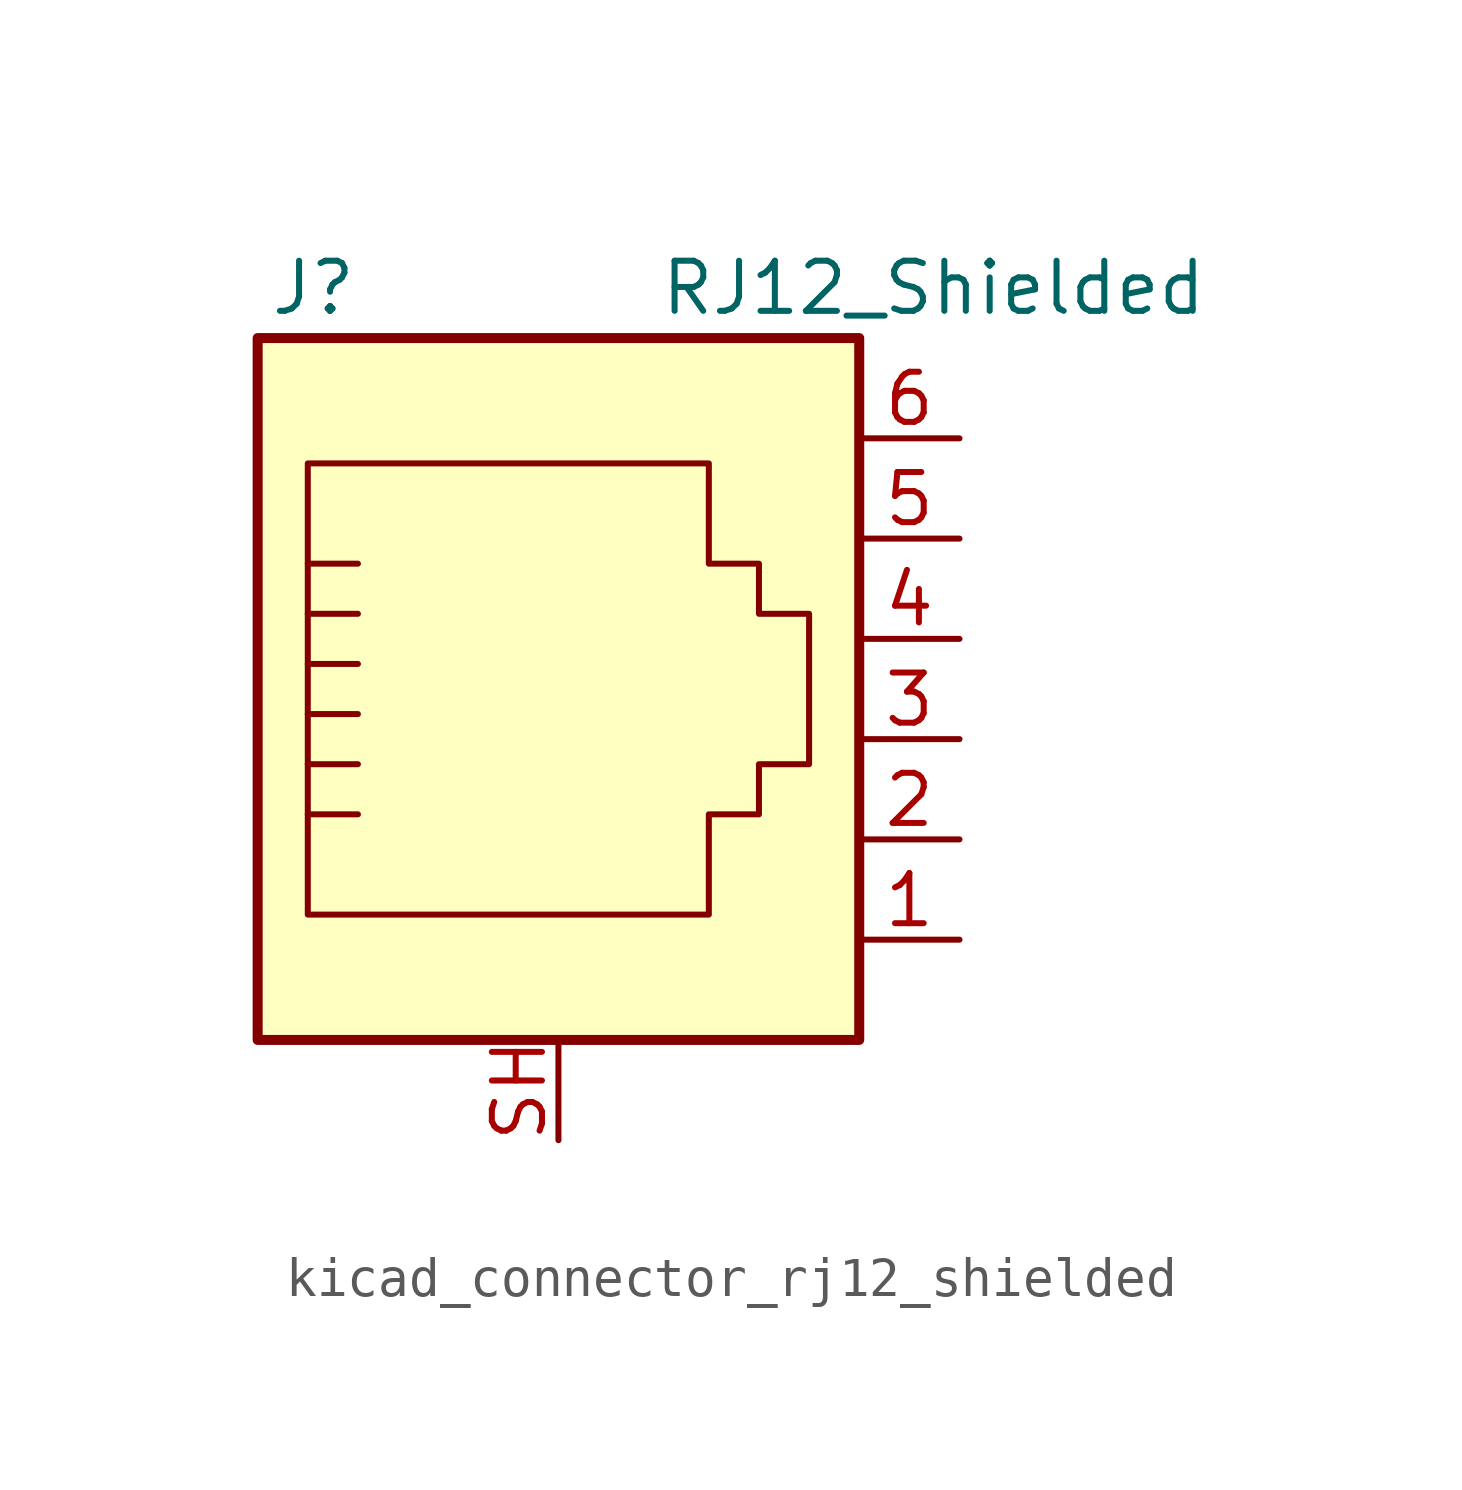
<source format=kicad_sym>
(kicad_symbol_lib
  (version 20220914)
  (generator kicad_symbol_editor)
  (symbol "kicad_connector_rj12_shielded"
    (pin_names
      (offset 1.016))
    (property "Reference" "J"
      (at -5.08 11.43 0)
      (effects (font (size 1.27 1.27)) (justify right)))
    (property "Value" "RJ12_Shielded"
      (at 2.54 11.43 0)
      (effects (font (size 1.27 1.27)) (justify left)))
    (symbol "kicad_connector_rj12_shielded_0_1"
      (polyline (pts (xy -6.35 -1.905) (xy -5.08 -1.905) (xy -5.08 -1.905)) (stroke (width 0) (type default)) (fill (type none)))
      (polyline (pts (xy -6.35 -0.635) (xy -5.08 -0.635) (xy -5.08 -0.635)) (stroke (width 0) (type default)) (fill (type none)))
      (polyline (pts (xy -6.35 0.635) (xy -5.08 0.635) (xy -5.08 0.635)) (stroke (width 0) (type default)) (fill (type none)))
      (polyline (pts (xy -6.35 1.905) (xy -5.08 1.905) (xy -5.08 1.905)) (stroke (width 0) (type default)) (fill (type none)))
      (polyline (pts (xy -6.35 3.175) (xy -5.08 3.175) (xy -5.08 3.175)) (stroke (width 0) (type default)) (fill (type none)))
      (polyline (pts (xy -5.08 4.445) (xy -6.35 4.445) (xy -6.35 4.445)) (stroke (width 0) (type default)) (fill (type none)))
      (polyline (pts (xy -6.35 -4.445) (xy -6.35 6.985) (xy 3.81 6.985) (xy 3.81 4.445) (xy 5.08 4.445) (xy 5.08 3.175) (xy 6.35 3.175) (xy 6.35 -0.635) (xy 5.08 -0.635) (xy 5.08 -1.905) (xy 3.81 -1.905) (xy 3.81 -4.445) (xy -6.35 -4.445) (xy -6.35 -4.445)) (stroke (width 0) (type default)) (fill (type none)))
      (rectangle (start 7.62 10.16) (end -7.62 -7.62) (stroke (width 0.254) (type default)) (fill (type background))))
    (symbol "kicad_connector_rj12_shielded_1_1"
      (pin passive line (at 10.16 -5.08 180) (length 2.54) (name "~" (effects (font (size 1.27 1.27)))) (number "1" (effects (font (size 1.27 1.27)))))
      (pin passive line (at 10.16 -2.54 180) (length 2.54) (name "~" (effects (font (size 1.27 1.27)))) (number "2" (effects (font (size 1.27 1.27)))))
      (pin passive line (at 10.16 0 180) (length 2.54) (name "~" (effects (font (size 1.27 1.27)))) (number "3" (effects (font (size 1.27 1.27)))))
      (pin passive line (at 10.16 2.54 180) (length 2.54) (name "~" (effects (font (size 1.27 1.27)))) (number "4" (effects (font (size 1.27 1.27)))))
      (pin passive line (at 10.16 5.08 180) (length 2.54) (name "~" (effects (font (size 1.27 1.27)))) (number "5" (effects (font (size 1.27 1.27)))))
      (pin passive line (at 10.16 7.62 180) (length 2.54) (name "~" (effects (font (size 1.27 1.27)))) (number "6" (effects (font (size 1.27 1.27)))))
      (pin passive line (at 0 -10.16 90) (length 2.54) (name "~" (effects (font (size 1.27 1.27)))) (number "SH" (effects (font (size 1.27 1.27))))))))
</source>
